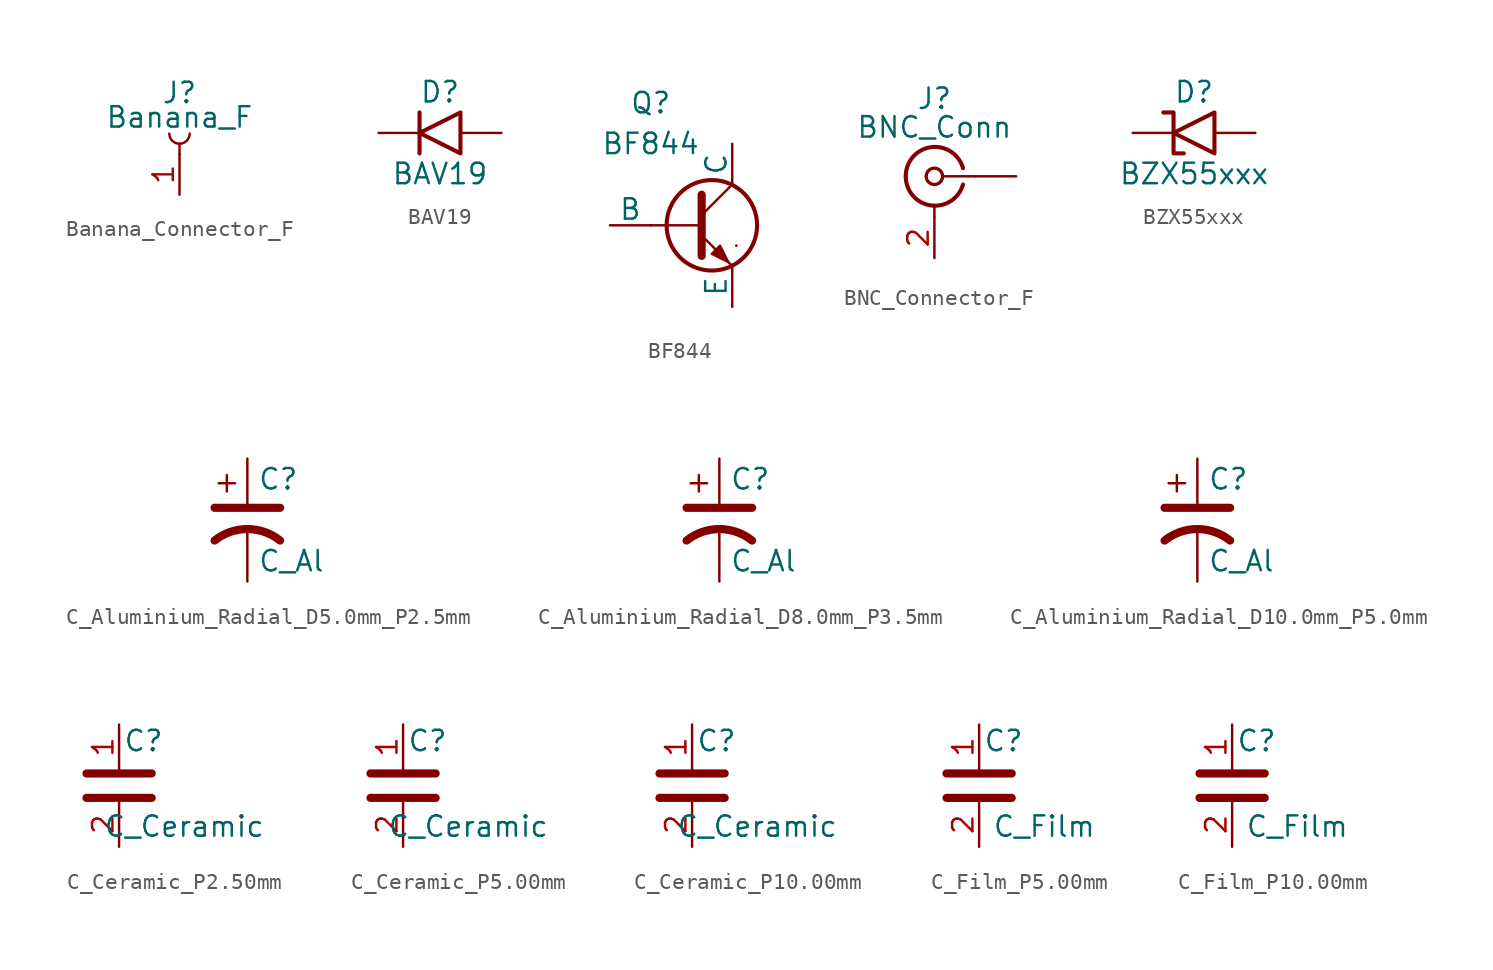
<source format=kicad_sym>
(kicad_symbol_lib
  (version 20241209)
  (generator "kicad_symbol_editor")
  (generator_version "9.0")
  (symbol "Banana_Connector_F"
    (pin_names
      (hide yes))
    (property "Reference" "J"
      (at 0 3.81 0)
      (effects (font (size 1.27 1.27))))
    (property "Value" "Banana_F"
      (at 0 2.286 0)
      (effects (font (size 1.27 1.27))))
    (symbol "Banana_Connector_F_0_1"
      (arc (start 0.635 1.27) (mid 0 0.635) (end -0.635 1.27) (stroke (width 0) (type default)) (fill (type none)))
      (polyline (pts (xy 0 0) (xy 0 0.635)) (stroke (width 0) (type default)) (fill (type none))))
    (symbol "Banana_Connector_F_1_1"
      (pin input line (at 0 -2.54 90) (length 2.54) (name "In" (effects (font (size 1.27 1.27)))) (number "1" (effects (font (size 1.27 1.27)))))))
  (symbol "BAV19"
    (pin_numbers
      (hide yes))
    (pin_names
      (hide yes))
    (property "Reference" "D"
      (at 0 2.54 0)
      (effects (font (size 1.27 1.27))))
    (property "Value" "BAV19"
      (at 0 -2.54 0)
      (effects (font (size 1.27 1.27))))
    (symbol "BAV19_0_1"
      (polyline (pts (xy -1.27 -1.27) (xy -1.27 -1.27) (xy -1.27 -1.27) (xy -1.27 1.27) (xy -1.27 1.27)) (stroke (width 0.254) (type default)) (fill (type none)))
      (polyline (pts (xy 1.27 -1.27) (xy 1.27 1.27) (xy -1.27 0) (xy 1.27 -1.27)) (stroke (width 0.254) (type default)) (fill (type none))))
    (symbol "BAV19_1_1"
      (pin passive line (at -3.81 0 0) (length 2.54) (name "K" (effects (font (size 1.27 1.27)))) (number "1" (effects (font (size 1.27 1.27)))))
      (pin passive line (at 3.81 0 180) (length 2.54) (name "A" (effects (font (size 1.27 1.27)))) (number "2" (effects (font (size 1.27 1.27)))))))
  (symbol "BF844"
    (pin_numbers
      (hide yes))
    (pin_names
      (offset 0))
    (property "Reference" "Q"
      (at -2.54 7.62 0)
      (effects (font (size 1.27 1.27))))
    (property "Value" "BF844"
      (at -2.54 5.08 0)
      (effects (font (size 1.27 1.27))))
    (symbol "BF844_0_1"
      (polyline (pts (xy -2.54 0) (xy 0.635 0)) (stroke (width 0.152) (type default)) (fill (type none)))
      (polyline (pts (xy 0.635 1.905) (xy 0.635 -1.905) (xy 0.635 -1.905)) (stroke (width 0.508) (type default)) (fill (type none)))
      (polyline (pts (xy 0.635 0.635) (xy 2.54 2.54)) (stroke (width 0) (type default)) (fill (type none)))
      (polyline (pts (xy 0.635 -0.635) (xy 2.54 -2.54) (xy 2.54 -2.54)) (stroke (width 0) (type default)) (fill (type none)))
      (circle (center 1.27 0) (radius 2.819) (stroke (width 0.254) (type default)) (fill (type none)))
      (polyline (pts (xy 1.27 -1.778) (xy 1.778 -1.27) (xy 2.286 -2.286) (xy 1.27 -1.778) (xy 1.27 -1.778)) (stroke (width 0) (type default)) (fill (type outline)))
      (polyline (pts (xy 2.794 -1.27) (xy 2.794 -1.27)) (stroke (width 0.152) (type default)) (fill (type none)))
      (polyline (pts (xy 2.794 -1.27) (xy 2.794 -1.27)) (stroke (width 0.152) (type default)) (fill (type none))))
    (symbol "BF844_1_1"
      (pin input line (at -5.08 0 0) (length 2.54) (name "B" (effects (font (size 1.27 1.27)))) (number "2" (effects (font (size 1.27 1.27)))))
      (pin open_collector line (at 2.54 5.08 270) (length 2.54) (name "C" (effects (font (size 1.27 1.27)))) (number "1" (effects (font (size 1.27 1.27)))))
      (pin open_emitter line (at 2.54 -5.08 90) (length 2.54) (name "E" (effects (font (size 1.27 1.27)))) (number "3" (effects (font (size 1.27 1.27)))))))
  (symbol "BNC_Connector_F"
    (pin_names
      (hide yes))
    (property "Reference" "J"
      (at 0 4.826 0)
      (effects (font (size 1.27 1.27))))
    (property "Value" "BNC_Conn"
      (at 0 3.048 0)
      (effects (font (size 1.27 1.27))))
    (symbol "BNC_Connector_F_0_1"
      (circle (center 0 0) (radius 0.508) (stroke (width 0.203) (type default)) (fill (type none)))
      (polyline (pts (xy 0 -2.54) (xy 0 -1.778)) (stroke (width 0) (type default)) (fill (type none)))
      (arc (start -1.778 0) (mid -0.2221 1.8083) (end 1.778 0.508) (stroke (width 0.254) (type default)) (fill (type none)))
      (arc (start 1.778 -0.508) (mid -0.222 -1.8079) (end -1.778 0) (stroke (width 0.254) (type default)) (fill (type none)))
      (polyline (pts (xy 2.54 0) (xy 0.508 0)) (stroke (width 0) (type default)) (fill (type none))))
    (symbol "BNC_Connector_F_1_1"
      (pin passive line (at 0 -5.08 90) (length 2.54) (name "GND" (effects (font (size 1.27 1.27)))) (number "2" (effects (font (size 1.27 1.27)))))
      (pin passive line (at 5.08 0 180) (length 2.54) (name "1" (effects (font (size 1.27 1.27)))) (number "" (effects (font (size 1.27 1.27)))))))
  (symbol "BZX55xxx"
    (pin_numbers
      (hide yes))
    (pin_names
      (hide yes))
    (property "Reference" "D"
      (at 0 2.54 0)
      (effects (font (size 1.27 1.27))))
    (property "Value" "BZX55xxx"
      (at 0 -2.54 0)
      (effects (font (size 1.27 1.27))))
    (symbol "BZX55xxx_0_1"
      (polyline (pts (xy -0.635 -1.27) (xy -1.27 -1.27) (xy -1.27 -1.27) (xy -1.27 1.27) (xy -1.905 1.27)) (stroke (width 0.254) (type default)) (fill (type none)))
      (polyline (pts (xy 1.27 -1.27) (xy 1.27 1.27) (xy -1.27 0) (xy 1.27 -1.27)) (stroke (width 0.254) (type default)) (fill (type none))))
    (symbol "BZX55xxx_1_1"
      (pin passive line (at -3.81 0 0) (length 2.54) (name "K" (effects (font (size 1.27 1.27)))) (number "1" (effects (font (size 1.27 1.27)))))
      (pin passive line (at 3.81 0 180) (length 2.54) (name "A" (effects (font (size 1.27 1.27)))) (number "2" (effects (font (size 1.27 1.27)))))))
  (symbol "C_Aluminium_Radial_D5.0mm_P2.5mm"
    (pin_numbers
      (hide yes))
    (pin_names
      (offset 0.254)
      (hide yes))
    (property "Reference" "C"
      (at 0.635 2.54 0)
      (effects (font (size 1.27 1.27)) (justify left)))
    (property "Value" "C_Al"
      (at 0.635 -2.54 0)
      (effects (font (size 1.27 1.27)) (justify left)))
    (symbol "C_Aluminium_Radial_D5.0mm_P2.5mm_0_1"
      (polyline (pts (xy -2.032 0.762) (xy 2.032 0.762)) (stroke (width 0.508) (type default)) (fill (type none)))
      (polyline (pts (xy -1.778 2.286) (xy -0.762 2.286)) (stroke (width 0) (type default)) (fill (type none)))
      (polyline (pts (xy -1.27 1.778) (xy -1.27 2.794)) (stroke (width 0) (type default)) (fill (type none)))
      (arc (start -2.032 -1.27) (mid 0 -0.5572) (end 2.032 -1.27) (stroke (width 0.508) (type default)) (fill (type none))))
    (symbol "C_Aluminium_Radial_D5.0mm_P2.5mm_1_1"
      (pin passive line (at 0 3.81 270) (length 2.794) (name "~" (effects (font (size 1.27 1.27)))) (number "1" (effects (font (size 1.27 1.27)))))
      (pin passive line (at 0 -3.81 90) (length 3.302) (name "~" (effects (font (size 1.27 1.27)))) (number "2" (effects (font (size 1.27 1.27)))))))
  (symbol "C_Aluminium_Radial_D8.0mm_P3.5mm"
    (pin_numbers
      (hide yes))
    (pin_names
      (offset 0.254)
      (hide yes))
    (property "Reference" "C"
      (at 0.635 2.54 0)
      (effects (font (size 1.27 1.27)) (justify left)))
    (property "Value" "C_Al"
      (at 0.635 -2.54 0)
      (effects (font (size 1.27 1.27)) (justify left)))
    (symbol "C_Aluminium_Radial_D8.0mm_P3.5mm_0_1"
      (polyline (pts (xy -2.032 0.762) (xy 2.032 0.762)) (stroke (width 0.508) (type default)) (fill (type none)))
      (polyline (pts (xy -1.778 2.286) (xy -0.762 2.286)) (stroke (width 0) (type default)) (fill (type none)))
      (polyline (pts (xy -1.27 1.778) (xy -1.27 2.794)) (stroke (width 0) (type default)) (fill (type none)))
      (arc (start -2.032 -1.27) (mid 0 -0.5572) (end 2.032 -1.27) (stroke (width 0.508) (type default)) (fill (type none))))
    (symbol "C_Aluminium_Radial_D8.0mm_P3.5mm_1_1"
      (pin passive line (at 0 3.81 270) (length 2.794) (name "~" (effects (font (size 1.27 1.27)))) (number "1" (effects (font (size 1.27 1.27)))))
      (pin passive line (at 0 -3.81 90) (length 3.302) (name "~" (effects (font (size 1.27 1.27)))) (number "2" (effects (font (size 1.27 1.27)))))))
  (symbol "C_Aluminium_Radial_D10.0mm_P5.0mm"
    (pin_numbers
      (hide yes))
    (pin_names
      (offset 0.254)
      (hide yes))
    (property "Reference" "C"
      (at 0.635 2.54 0)
      (effects (font (size 1.27 1.27)) (justify left)))
    (property "Value" "C_Al"
      (at 0.635 -2.54 0)
      (effects (font (size 1.27 1.27)) (justify left)))
    (symbol "C_Aluminium_Radial_D10.0mm_P5.0mm_0_1"
      (polyline (pts (xy -2.032 0.762) (xy 2.032 0.762)) (stroke (width 0.508) (type default)) (fill (type none)))
      (polyline (pts (xy -1.778 2.286) (xy -0.762 2.286)) (stroke (width 0) (type default)) (fill (type none)))
      (polyline (pts (xy -1.27 1.778) (xy -1.27 2.794)) (stroke (width 0) (type default)) (fill (type none)))
      (arc (start -2.032 -1.27) (mid 0 -0.5572) (end 2.032 -1.27) (stroke (width 0.508) (type default)) (fill (type none))))
    (symbol "C_Aluminium_Radial_D10.0mm_P5.0mm_1_1"
      (pin passive line (at 0 3.81 270) (length 2.794) (name "~" (effects (font (size 1.27 1.27)))) (number "1" (effects (font (size 1.27 1.27)))))
      (pin passive line (at 0 -3.81 90) (length 3.302) (name "~" (effects (font (size 1.27 1.27)))) (number "2" (effects (font (size 1.27 1.27)))))))
  (symbol "C_Ceramic_P2.50mm"
    (property "Reference" "C"
      (at 1.524 2.794 0)
      (effects (font (size 1.27 1.27))))
    (property "Value" "C_Ceramic"
      (at 4.064 -2.54 0)
      (effects (font (size 1.27 1.27))))
    (symbol "C_Ceramic_P2.50mm_0_1"
      (polyline (pts (xy -2.032 0.762) (xy 2.032 0.762)) (stroke (width 0.508) (type default)) (fill (type none)))
      (polyline (pts (xy -2.032 -0.762) (xy 2.032 -0.762)) (stroke (width 0.508) (type default)) (fill (type none))))
    (symbol "C_Ceramic_P2.50mm_1_1"
      (pin passive line (at 0 3.81 270) (length 2.794) (name "~" (effects (font (size 1.27 1.27)))) (number "1" (effects (font (size 1.27 1.27)))))
      (pin passive line (at 0 -3.81 90) (length 2.794) (name "~" (effects (font (size 1.27 1.27)))) (number "2" (effects (font (size 1.27 1.27)))))))
  (symbol "C_Ceramic_P5.00mm"
    (property "Reference" "C"
      (at 1.524 2.794 0)
      (effects (font (size 1.27 1.27))))
    (property "Value" "C_Ceramic"
      (at 4.064 -2.54 0)
      (effects (font (size 1.27 1.27))))
    (symbol "C_Ceramic_P5.00mm_0_1"
      (polyline (pts (xy -2.032 0.762) (xy 2.032 0.762)) (stroke (width 0.508) (type default)) (fill (type none)))
      (polyline (pts (xy -2.032 -0.762) (xy 2.032 -0.762)) (stroke (width 0.508) (type default)) (fill (type none))))
    (symbol "C_Ceramic_P5.00mm_1_1"
      (pin passive line (at 0 3.81 270) (length 2.794) (name "~" (effects (font (size 1.27 1.27)))) (number "1" (effects (font (size 1.27 1.27)))))
      (pin passive line (at 0 -3.81 90) (length 2.794) (name "~" (effects (font (size 1.27 1.27)))) (number "2" (effects (font (size 1.27 1.27)))))))
  (symbol "C_Ceramic_P10.00mm"
    (property "Reference" "C"
      (at 1.524 2.794 0)
      (effects (font (size 1.27 1.27))))
    (property "Value" "C_Ceramic"
      (at 4.064 -2.54 0)
      (effects (font (size 1.27 1.27))))
    (symbol "C_Ceramic_P10.00mm_0_1"
      (polyline (pts (xy -2.032 0.762) (xy 2.032 0.762)) (stroke (width 0.508) (type default)) (fill (type none)))
      (polyline (pts (xy -2.032 -0.762) (xy 2.032 -0.762)) (stroke (width 0.508) (type default)) (fill (type none))))
    (symbol "C_Ceramic_P10.00mm_1_1"
      (pin passive line (at 0 3.81 270) (length 2.794) (name "~" (effects (font (size 1.27 1.27)))) (number "1" (effects (font (size 1.27 1.27)))))
      (pin passive line (at 0 -3.81 90) (length 2.794) (name "~" (effects (font (size 1.27 1.27)))) (number "2" (effects (font (size 1.27 1.27)))))))
  (symbol "C_Film_P5.00mm"
    (property "Reference" "C"
      (at 1.524 2.794 0)
      (effects (font (size 1.27 1.27))))
    (property "Value" "C_Film"
      (at 4.064 -2.54 0)
      (effects (font (size 1.27 1.27))))
    (symbol "C_Film_P5.00mm_0_1"
      (polyline (pts (xy -2.032 0.762) (xy 2.032 0.762)) (stroke (width 0.508) (type default)) (fill (type none)))
      (polyline (pts (xy -2.032 -0.762) (xy 2.032 -0.762)) (stroke (width 0.508) (type default)) (fill (type none))))
    (symbol "C_Film_P5.00mm_1_1"
      (pin passive line (at 0 3.81 270) (length 2.794) (name "~" (effects (font (size 1.27 1.27)))) (number "1" (effects (font (size 1.27 1.27)))))
      (pin passive line (at 0 -3.81 90) (length 2.794) (name "~" (effects (font (size 1.27 1.27)))) (number "2" (effects (font (size 1.27 1.27)))))))
  (symbol "C_Film_P10.00mm"
    (property "Reference" "C"
      (at 1.524 2.794 0)
      (effects (font (size 1.27 1.27))))
    (property "Value" "C_Film"
      (at 4.064 -2.54 0)
      (effects (font (size 1.27 1.27))))
    (symbol "C_Film_P10.00mm_0_1"
      (polyline (pts (xy -2.032 0.762) (xy 2.032 0.762)) (stroke (width 0.508) (type default)) (fill (type none)))
      (polyline (pts (xy -2.032 -0.762) (xy 2.032 -0.762)) (stroke (width 0.508) (type default)) (fill (type none))))
    (symbol "C_Film_P10.00mm_1_1"
      (pin passive line (at 0 3.81 270) (length 2.794) (name "~" (effects (font (size 1.27 1.27)))) (number "1" (effects (font (size 1.27 1.27)))))
      (pin passive line (at 0 -3.81 90) (length 2.794) (name "~" (effects (font (size 1.27 1.27)))) (number "2" (effects (font (size 1.27 1.27))))))))
</source>
